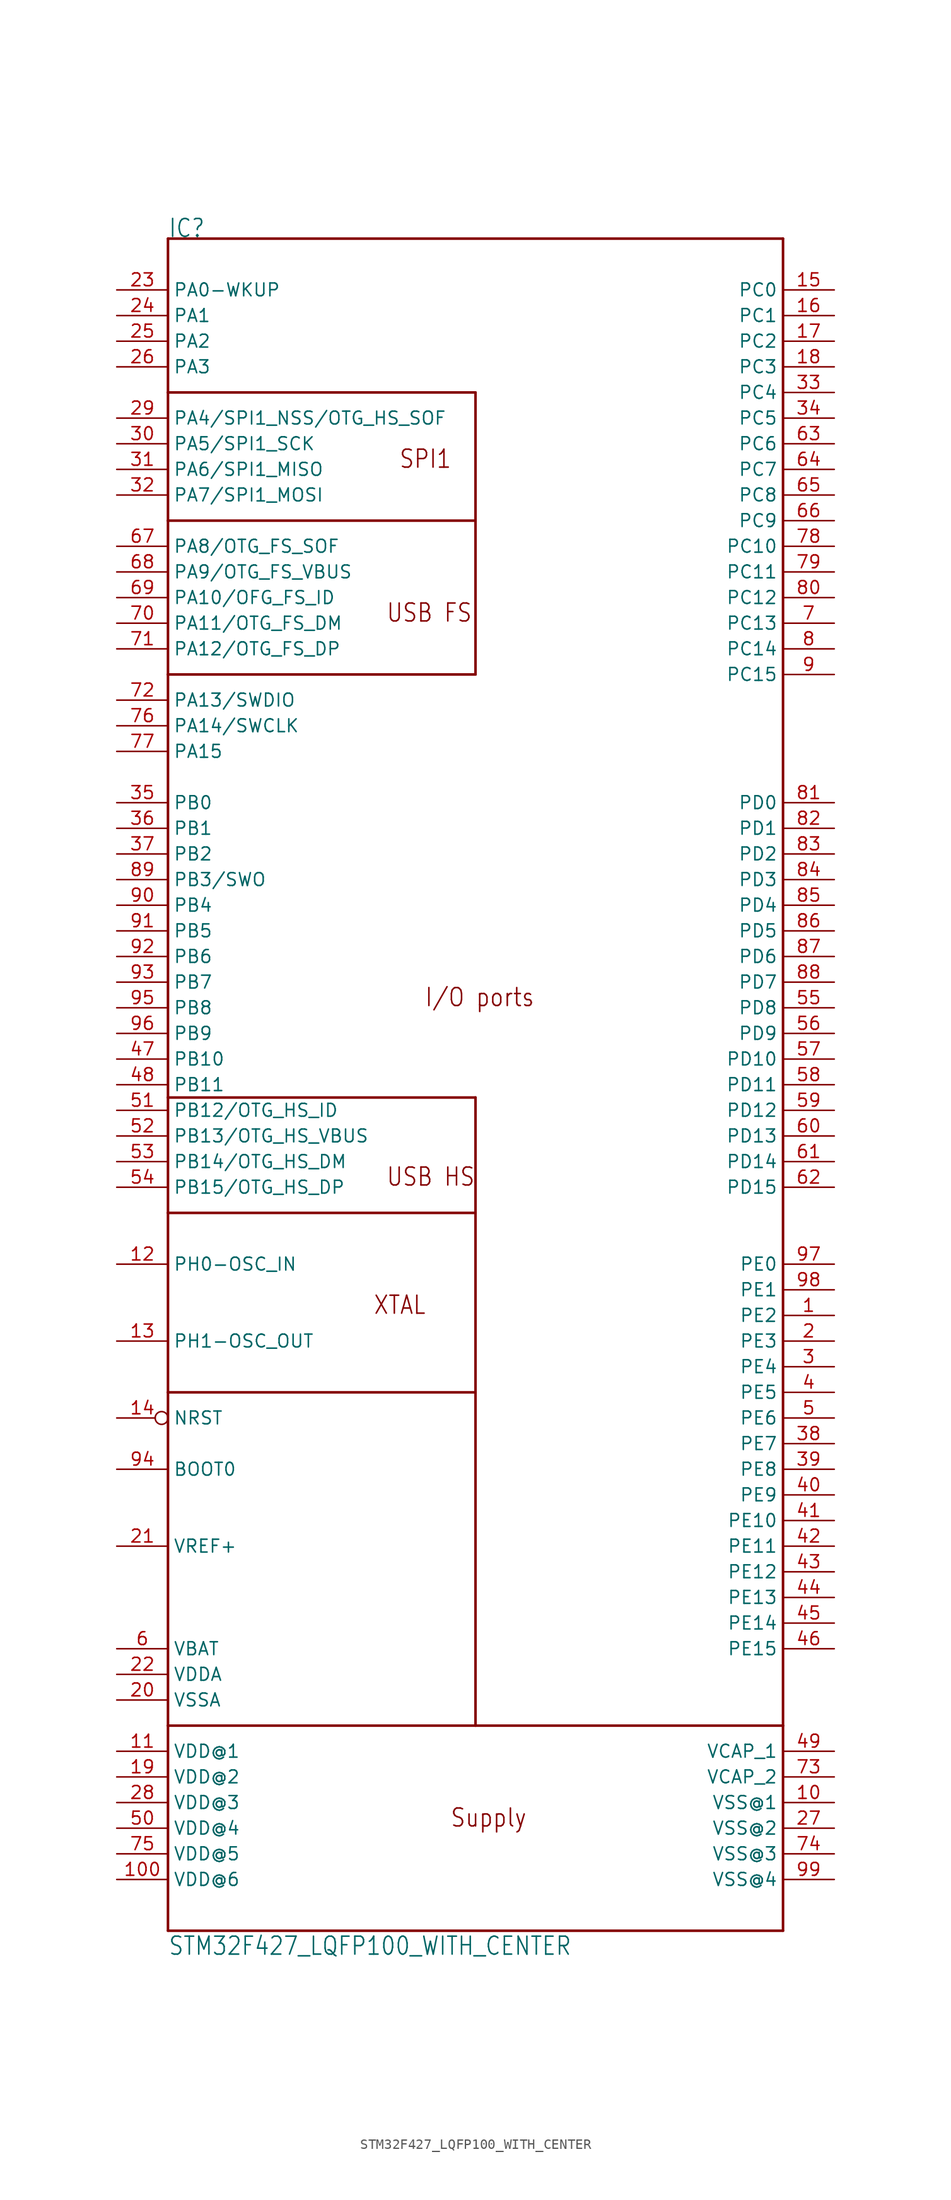
<source format=kicad_sym>
(kicad_symbol_lib
  (version 20201005)
  (generator kicad_symbol_editor)
  (symbol "STM32F427_LQFP100_WITH_CENTER"
    (property "Reference" "IC"
      (at -30.48 88.9 0)
      (effects (font (size 1.778 1.511)) (justify left bottom)))
    (property "Value" "STM32F427_LQFP100_WITH_CENTER"
      (at -30.48 -81.28 0)
      (effects (font (size 1.778 1.511)) (justify left bottom)))
    (property "ki_locked" ""
      (at 0 0 0)
      (effects (font (size 1.27 1.27))))
    (symbol "STM32F427_LQFP100_WITH_CENTER_1_0"
      (text "Supply" (at -2.54 -68.58 0) (effects (font (size 1.778 1.511)) (justify left bottom)))
      (text "XTAL" (at -10.16 -17.78 0) (effects (font (size 1.778 1.511)) (justify left bottom)))
      (text "I/O ports" (at -5.08 12.7 0) (effects (font (size 1.778 1.511)) (justify left bottom)))
      (text "SPI1" (at -7.62 66.04 0) (effects (font (size 1.778 1.511)) (justify left bottom)))
      (text "USB FS" (at -8.89 50.8 0) (effects (font (size 1.778 1.511)) (justify left bottom)))
      (text "USB HS" (at -8.89 -5.08 0) (effects (font (size 1.778 1.511)) (justify left bottom)))
      (polyline (pts (xy -30.48 -78.74) (xy 30.48 -78.74)) (stroke (width 0.254)) (fill (type none)))
      (polyline (pts (xy 30.48 -78.74) (xy 30.48 -58.42)) (stroke (width 0.254)) (fill (type none)))
      (polyline (pts (xy 30.48 -58.42) (xy 30.48 88.9)) (stroke (width 0.254)) (fill (type none)))
      (polyline (pts (xy 30.48 88.9) (xy -30.48 88.9)) (stroke (width 0.254)) (fill (type none)))
      (polyline (pts (xy -30.48 88.9) (xy -30.48 73.66)) (stroke (width 0.254)) (fill (type none)))
      (polyline (pts (xy -30.48 73.66) (xy -30.48 60.96)) (stroke (width 0.254)) (fill (type none)))
      (polyline (pts (xy -30.48 60.96) (xy -30.48 45.72)) (stroke (width 0.254)) (fill (type none)))
      (polyline (pts (xy -30.48 45.72) (xy -30.48 3.81)) (stroke (width 0.254)) (fill (type none)))
      (polyline (pts (xy -30.48 3.81) (xy -30.48 -7.62)) (stroke (width 0.254)) (fill (type none)))
      (polyline (pts (xy -30.48 -7.62) (xy -30.48 -25.4)) (stroke (width 0.254)) (fill (type none)))
      (polyline (pts (xy -30.48 -25.4) (xy -30.48 -58.42)) (stroke (width 0.254)) (fill (type none)))
      (polyline (pts (xy -30.48 -58.42) (xy -30.48 -78.74)) (stroke (width 0.254)) (fill (type none)))
      (polyline (pts (xy -30.48 -58.42) (xy 0 -58.42)) (stroke (width 0.254)) (fill (type none)))
      (polyline (pts (xy 0 -58.42) (xy 30.48 -58.42)) (stroke (width 0.254)) (fill (type none)))
      (polyline (pts (xy -30.48 -7.62) (xy 0 -7.62)) (stroke (width 0.254)) (fill (type none)))
      (polyline (pts (xy 0 -7.62) (xy 0 -25.4)) (stroke (width 0.254)) (fill (type none)))
      (polyline (pts (xy 0 -25.4) (xy 0 -58.42)) (stroke (width 0.254)) (fill (type none)))
      (polyline (pts (xy -30.48 -25.4) (xy 0 -25.4)) (stroke (width 0.254)) (fill (type none)))
      (polyline (pts (xy -30.48 73.66) (xy 0 73.66)) (stroke (width 0.254)) (fill (type none)))
      (polyline (pts (xy 0 73.66) (xy 0 60.96)) (stroke (width 0.254)) (fill (type none)))
      (polyline (pts (xy 0 60.96) (xy -30.48 60.96)) (stroke (width 0.254)) (fill (type none)))
      (polyline (pts (xy -30.48 45.72) (xy 0 45.72)) (stroke (width 0.254)) (fill (type none)))
      (polyline (pts (xy 0 45.72) (xy 0 60.96)) (stroke (width 0.254)) (fill (type none)))
      (polyline (pts (xy -30.48 3.81) (xy 0 3.81)) (stroke (width 0.254)) (fill (type none)))
      (polyline (pts (xy 0 3.81) (xy 0 -7.62)) (stroke (width 0.254)) (fill (type none)))
      (pin bidirectional line (at -35.56 81.28 0) (length 5.08) (name "PA1" (effects (font (size 1.27 1.27)))) (number "24" (effects (font (size 1.27 1.27)))))
      (pin bidirectional line (at -35.56 78.74 0) (length 5.08) (name "PA2" (effects (font (size 1.27 1.27)))) (number "25" (effects (font (size 1.27 1.27)))))
      (pin bidirectional line (at -35.56 76.2 0) (length 5.08) (name "PA3" (effects (font (size 1.27 1.27)))) (number "26" (effects (font (size 1.27 1.27)))))
      (pin bidirectional line (at -35.56 71.12 0) (length 5.08) (name "PA4/SPI1_NSS/OTG_HS_SOF" (effects (font (size 1.27 1.27)))) (number "29" (effects (font (size 1.27 1.27)))))
      (pin bidirectional line (at -35.56 68.58 0) (length 5.08) (name "PA5/SPI1_SCK" (effects (font (size 1.27 1.27)))) (number "30" (effects (font (size 1.27 1.27)))))
      (pin bidirectional line (at -35.56 66.04 0) (length 5.08) (name "PA6/SPI1_MISO" (effects (font (size 1.27 1.27)))) (number "31" (effects (font (size 1.27 1.27)))))
      (pin bidirectional line (at -35.56 63.5 0) (length 5.08) (name "PA7/SPI1_MOSI" (effects (font (size 1.27 1.27)))) (number "32" (effects (font (size 1.27 1.27)))))
      (pin bidirectional line (at -35.56 58.42 0) (length 5.08) (name "PA8/OTG_FS_SOF" (effects (font (size 1.27 1.27)))) (number "67" (effects (font (size 1.27 1.27)))))
      (pin bidirectional line (at -35.56 55.88 0) (length 5.08) (name "PA9/OTG_FS_VBUS" (effects (font (size 1.27 1.27)))) (number "68" (effects (font (size 1.27 1.27)))))
      (pin bidirectional line (at -35.56 53.34 0) (length 5.08) (name "PA10/OFG_FS_ID" (effects (font (size 1.27 1.27)))) (number "69" (effects (font (size 1.27 1.27)))))
      (pin bidirectional line (at -35.56 50.8 0) (length 5.08) (name "PA11/OTG_FS_DM" (effects (font (size 1.27 1.27)))) (number "70" (effects (font (size 1.27 1.27)))))
      (pin bidirectional line (at -35.56 48.26 0) (length 5.08) (name "PA12/OTG_FS_DP" (effects (font (size 1.27 1.27)))) (number "71" (effects (font (size 1.27 1.27)))))
      (pin bidirectional line (at -35.56 43.18 0) (length 5.08) (name "PA13/SWDIO" (effects (font (size 1.27 1.27)))) (number "72" (effects (font (size 1.27 1.27)))))
      (pin bidirectional line (at -35.56 40.64 0) (length 5.08) (name "PA14/SWCLK" (effects (font (size 1.27 1.27)))) (number "76" (effects (font (size 1.27 1.27)))))
      (pin bidirectional line (at -35.56 38.1 0) (length 5.08) (name "PA15" (effects (font (size 1.27 1.27)))) (number "77" (effects (font (size 1.27 1.27)))))
      (pin bidirectional line (at -35.56 30.48 0) (length 5.08) (name "PB1" (effects (font (size 1.27 1.27)))) (number "36" (effects (font (size 1.27 1.27)))))
      (pin bidirectional line (at -35.56 27.94 0) (length 5.08) (name "PB2" (effects (font (size 1.27 1.27)))) (number "37" (effects (font (size 1.27 1.27)))))
      (pin bidirectional line (at -35.56 25.4 0) (length 5.08) (name "PB3/SWO" (effects (font (size 1.27 1.27)))) (number "89" (effects (font (size 1.27 1.27)))))
      (pin bidirectional line (at -35.56 22.86 0) (length 5.08) (name "PB4" (effects (font (size 1.27 1.27)))) (number "90" (effects (font (size 1.27 1.27)))))
      (pin bidirectional line (at -35.56 20.32 0) (length 5.08) (name "PB5" (effects (font (size 1.27 1.27)))) (number "91" (effects (font (size 1.27 1.27)))))
      (pin bidirectional line (at -35.56 17.78 0) (length 5.08) (name "PB6" (effects (font (size 1.27 1.27)))) (number "92" (effects (font (size 1.27 1.27)))))
      (pin bidirectional line (at -35.56 15.24 0) (length 5.08) (name "PB7" (effects (font (size 1.27 1.27)))) (number "93" (effects (font (size 1.27 1.27)))))
      (pin bidirectional line (at -35.56 12.7 0) (length 5.08) (name "PB8" (effects (font (size 1.27 1.27)))) (number "95" (effects (font (size 1.27 1.27)))))
      (pin bidirectional line (at -35.56 10.16 0) (length 5.08) (name "PB9" (effects (font (size 1.27 1.27)))) (number "96" (effects (font (size 1.27 1.27)))))
      (pin bidirectional line (at -35.56 7.62 0) (length 5.08) (name "PB10" (effects (font (size 1.27 1.27)))) (number "47" (effects (font (size 1.27 1.27)))))
      (pin bidirectional line (at -35.56 5.08 0) (length 5.08) (name "PB11" (effects (font (size 1.27 1.27)))) (number "48" (effects (font (size 1.27 1.27)))))
      (pin bidirectional line (at -35.56 2.54 0) (length 5.08) (name "PB12/OTG_HS_ID" (effects (font (size 1.27 1.27)))) (number "51" (effects (font (size 1.27 1.27)))))
      (pin bidirectional line (at -35.56 0 0) (length 5.08) (name "PB13/OTG_HS_VBUS" (effects (font (size 1.27 1.27)))) (number "52" (effects (font (size 1.27 1.27)))))
      (pin bidirectional line (at -35.56 -2.54 0) (length 5.08) (name "PB14/OTG_HS_DM" (effects (font (size 1.27 1.27)))) (number "53" (effects (font (size 1.27 1.27)))))
      (pin bidirectional line (at -35.56 -5.08 0) (length 5.08) (name "PB15/OTG_HS_DP" (effects (font (size 1.27 1.27)))) (number "54" (effects (font (size 1.27 1.27)))))
      (pin bidirectional line (at -35.56 83.82 0) (length 5.08) (name "PA0-WKUP" (effects (font (size 1.27 1.27)))) (number "23" (effects (font (size 1.27 1.27)))))
      (pin bidirectional line (at -35.56 33.02 0) (length 5.08) (name "PB0" (effects (font (size 1.27 1.27)))) (number "35" (effects (font (size 1.27 1.27)))))
      (pin bidirectional line (at 35.56 81.28 180) (length 5.08) (name "PC1" (effects (font (size 1.27 1.27)))) (number "16" (effects (font (size 1.27 1.27)))))
      (pin bidirectional line (at 35.56 78.74 180) (length 5.08) (name "PC2" (effects (font (size 1.27 1.27)))) (number "17" (effects (font (size 1.27 1.27)))))
      (pin bidirectional line (at 35.56 76.2 180) (length 5.08) (name "PC3" (effects (font (size 1.27 1.27)))) (number "18" (effects (font (size 1.27 1.27)))))
      (pin bidirectional line (at 35.56 73.66 180) (length 5.08) (name "PC4" (effects (font (size 1.27 1.27)))) (number "33" (effects (font (size 1.27 1.27)))))
      (pin bidirectional line (at 35.56 71.12 180) (length 5.08) (name "PC5" (effects (font (size 1.27 1.27)))) (number "34" (effects (font (size 1.27 1.27)))))
      (pin bidirectional line (at 35.56 68.58 180) (length 5.08) (name "PC6" (effects (font (size 1.27 1.27)))) (number "63" (effects (font (size 1.27 1.27)))))
      (pin bidirectional line (at 35.56 66.04 180) (length 5.08) (name "PC7" (effects (font (size 1.27 1.27)))) (number "64" (effects (font (size 1.27 1.27)))))
      (pin bidirectional line (at 35.56 63.5 180) (length 5.08) (name "PC8" (effects (font (size 1.27 1.27)))) (number "65" (effects (font (size 1.27 1.27)))))
      (pin bidirectional line (at 35.56 60.96 180) (length 5.08) (name "PC9" (effects (font (size 1.27 1.27)))) (number "66" (effects (font (size 1.27 1.27)))))
      (pin bidirectional line (at 35.56 58.42 180) (length 5.08) (name "PC10" (effects (font (size 1.27 1.27)))) (number "78" (effects (font (size 1.27 1.27)))))
      (pin bidirectional line (at 35.56 55.88 180) (length 5.08) (name "PC11" (effects (font (size 1.27 1.27)))) (number "79" (effects (font (size 1.27 1.27)))))
      (pin bidirectional line (at 35.56 53.34 180) (length 5.08) (name "PC12" (effects (font (size 1.27 1.27)))) (number "80" (effects (font (size 1.27 1.27)))))
      (pin bidirectional line (at 35.56 50.8 180) (length 5.08) (name "PC13" (effects (font (size 1.27 1.27)))) (number "7" (effects (font (size 1.27 1.27)))))
      (pin bidirectional line (at 35.56 48.26 180) (length 5.08) (name "PC14" (effects (font (size 1.27 1.27)))) (number "8" (effects (font (size 1.27 1.27)))))
      (pin bidirectional line (at 35.56 45.72 180) (length 5.08) (name "PC15" (effects (font (size 1.27 1.27)))) (number "9" (effects (font (size 1.27 1.27)))))
      (pin bidirectional line (at 35.56 83.82 180) (length 5.08) (name "PC0" (effects (font (size 1.27 1.27)))) (number "15" (effects (font (size 1.27 1.27)))))
      (pin bidirectional line (at 35.56 30.48 180) (length 5.08) (name "PD1" (effects (font (size 1.27 1.27)))) (number "82" (effects (font (size 1.27 1.27)))))
      (pin bidirectional line (at 35.56 27.94 180) (length 5.08) (name "PD2" (effects (font (size 1.27 1.27)))) (number "83" (effects (font (size 1.27 1.27)))))
      (pin bidirectional line (at 35.56 25.4 180) (length 5.08) (name "PD3" (effects (font (size 1.27 1.27)))) (number "84" (effects (font (size 1.27 1.27)))))
      (pin bidirectional line (at 35.56 22.86 180) (length 5.08) (name "PD4" (effects (font (size 1.27 1.27)))) (number "85" (effects (font (size 1.27 1.27)))))
      (pin bidirectional line (at 35.56 20.32 180) (length 5.08) (name "PD5" (effects (font (size 1.27 1.27)))) (number "86" (effects (font (size 1.27 1.27)))))
      (pin bidirectional line (at 35.56 17.78 180) (length 5.08) (name "PD6" (effects (font (size 1.27 1.27)))) (number "87" (effects (font (size 1.27 1.27)))))
      (pin bidirectional line (at 35.56 15.24 180) (length 5.08) (name "PD7" (effects (font (size 1.27 1.27)))) (number "88" (effects (font (size 1.27 1.27)))))
      (pin bidirectional line (at 35.56 12.7 180) (length 5.08) (name "PD8" (effects (font (size 1.27 1.27)))) (number "55" (effects (font (size 1.27 1.27)))))
      (pin bidirectional line (at 35.56 10.16 180) (length 5.08) (name "PD9" (effects (font (size 1.27 1.27)))) (number "56" (effects (font (size 1.27 1.27)))))
      (pin bidirectional line (at 35.56 7.62 180) (length 5.08) (name "PD10" (effects (font (size 1.27 1.27)))) (number "57" (effects (font (size 1.27 1.27)))))
      (pin bidirectional line (at 35.56 5.08 180) (length 5.08) (name "PD11" (effects (font (size 1.27 1.27)))) (number "58" (effects (font (size 1.27 1.27)))))
      (pin bidirectional line (at 35.56 2.54 180) (length 5.08) (name "PD12" (effects (font (size 1.27 1.27)))) (number "59" (effects (font (size 1.27 1.27)))))
      (pin bidirectional line (at 35.56 0 180) (length 5.08) (name "PD13" (effects (font (size 1.27 1.27)))) (number "60" (effects (font (size 1.27 1.27)))))
      (pin bidirectional line (at 35.56 -2.54 180) (length 5.08) (name "PD14" (effects (font (size 1.27 1.27)))) (number "61" (effects (font (size 1.27 1.27)))))
      (pin bidirectional line (at 35.56 -5.08 180) (length 5.08) (name "PD15" (effects (font (size 1.27 1.27)))) (number "62" (effects (font (size 1.27 1.27)))))
      (pin bidirectional line (at 35.56 33.02 180) (length 5.08) (name "PD0" (effects (font (size 1.27 1.27)))) (number "81" (effects (font (size 1.27 1.27)))))
      (pin bidirectional line (at 35.56 -15.24 180) (length 5.08) (name "PE1" (effects (font (size 1.27 1.27)))) (number "98" (effects (font (size 1.27 1.27)))))
      (pin bidirectional line (at 35.56 -17.78 180) (length 5.08) (name "PE2" (effects (font (size 1.27 1.27)))) (number "1" (effects (font (size 1.27 1.27)))))
      (pin bidirectional line (at 35.56 -20.32 180) (length 5.08) (name "PE3" (effects (font (size 1.27 1.27)))) (number "2" (effects (font (size 1.27 1.27)))))
      (pin bidirectional line (at 35.56 -22.86 180) (length 5.08) (name "PE4" (effects (font (size 1.27 1.27)))) (number "3" (effects (font (size 1.27 1.27)))))
      (pin bidirectional line (at 35.56 -25.4 180) (length 5.08) (name "PE5" (effects (font (size 1.27 1.27)))) (number "4" (effects (font (size 1.27 1.27)))))
      (pin bidirectional line (at 35.56 -27.94 180) (length 5.08) (name "PE6" (effects (font (size 1.27 1.27)))) (number "5" (effects (font (size 1.27 1.27)))))
      (pin bidirectional line (at 35.56 -30.48 180) (length 5.08) (name "PE7" (effects (font (size 1.27 1.27)))) (number "38" (effects (font (size 1.27 1.27)))))
      (pin bidirectional line (at 35.56 -33.02 180) (length 5.08) (name "PE8" (effects (font (size 1.27 1.27)))) (number "39" (effects (font (size 1.27 1.27)))))
      (pin bidirectional line (at 35.56 -35.56 180) (length 5.08) (name "PE9" (effects (font (size 1.27 1.27)))) (number "40" (effects (font (size 1.27 1.27)))))
      (pin bidirectional line (at 35.56 -38.1 180) (length 5.08) (name "PE10" (effects (font (size 1.27 1.27)))) (number "41" (effects (font (size 1.27 1.27)))))
      (pin bidirectional line (at 35.56 -40.64 180) (length 5.08) (name "PE11" (effects (font (size 1.27 1.27)))) (number "42" (effects (font (size 1.27 1.27)))))
      (pin bidirectional line (at 35.56 -43.18 180) (length 5.08) (name "PE12" (effects (font (size 1.27 1.27)))) (number "43" (effects (font (size 1.27 1.27)))))
      (pin bidirectional line (at 35.56 -45.72 180) (length 5.08) (name "PE13" (effects (font (size 1.27 1.27)))) (number "44" (effects (font (size 1.27 1.27)))))
      (pin bidirectional line (at 35.56 -48.26 180) (length 5.08) (name "PE14" (effects (font (size 1.27 1.27)))) (number "45" (effects (font (size 1.27 1.27)))))
      (pin bidirectional line (at 35.56 -50.8 180) (length 5.08) (name "PE15" (effects (font (size 1.27 1.27)))) (number "46" (effects (font (size 1.27 1.27)))))
      (pin bidirectional line (at 35.56 -12.7 180) (length 5.08) (name "PE0" (effects (font (size 1.27 1.27)))) (number "97" (effects (font (size 1.27 1.27)))))
      (pin power_in line (at -35.56 -50.8 0) (length 5.08) (name "VBAT" (effects (font (size 1.27 1.27)))) (number "6" (effects (font (size 1.27 1.27)))))
      (pin power_in line (at 35.56 -66.04 180) (length 5.08) (name "VSS@1" (effects (font (size 1.27 1.27)))) (number "10" (effects (font (size 1.27 1.27)))))
      (pin power_in line (at -35.56 -60.96 0) (length 5.08) (name "VDD@1" (effects (font (size 1.27 1.27)))) (number "11" (effects (font (size 1.27 1.27)))))
      (pin bidirectional inverted (at -35.56 -27.94 0) (length 5.08) (name "NRST" (effects (font (size 1.27 1.27)))) (number "14" (effects (font (size 1.27 1.27)))))
      (pin power_in line (at -35.56 -63.5 0) (length 5.08) (name "VDD@2" (effects (font (size 1.27 1.27)))) (number "19" (effects (font (size 1.27 1.27)))))
      (pin power_in line (at -35.56 -55.88 0) (length 5.08) (name "VSSA" (effects (font (size 1.27 1.27)))) (number "20" (effects (font (size 1.27 1.27)))))
      (pin power_in line (at -35.56 -40.64 0) (length 5.08) (name "VREF+" (effects (font (size 1.27 1.27)))) (number "21" (effects (font (size 1.27 1.27)))))
      (pin power_in line (at -35.56 -53.34 0) (length 5.08) (name "VDDA" (effects (font (size 1.27 1.27)))) (number "22" (effects (font (size 1.27 1.27)))))
      (pin power_in line (at 35.56 -68.58 180) (length 5.08) (name "VSS@2" (effects (font (size 1.27 1.27)))) (number "27" (effects (font (size 1.27 1.27)))))
      (pin power_in line (at -35.56 -66.04 0) (length 5.08) (name "VDD@3" (effects (font (size 1.27 1.27)))) (number "28" (effects (font (size 1.27 1.27)))))
      (pin power_in line (at 35.56 -60.96 180) (length 5.08) (name "VCAP_1" (effects (font (size 1.27 1.27)))) (number "49" (effects (font (size 1.27 1.27)))))
      (pin power_in line (at -35.56 -68.58 0) (length 5.08) (name "VDD@4" (effects (font (size 1.27 1.27)))) (number "50" (effects (font (size 1.27 1.27)))))
      (pin power_in line (at 35.56 -63.5 180) (length 5.08) (name "VCAP_2" (effects (font (size 1.27 1.27)))) (number "73" (effects (font (size 1.27 1.27)))))
      (pin power_in line (at 35.56 -71.12 180) (length 5.08) (name "VSS@3" (effects (font (size 1.27 1.27)))) (number "74" (effects (font (size 1.27 1.27)))))
      (pin power_in line (at -35.56 -71.12 0) (length 5.08) (name "VDD@5" (effects (font (size 1.27 1.27)))) (number "75" (effects (font (size 1.27 1.27)))))
      (pin input line (at -35.56 -33.02 0) (length 5.08) (name "BOOT0" (effects (font (size 1.27 1.27)))) (number "94" (effects (font (size 1.27 1.27)))))
      (pin power_in line (at 35.56 -73.66 180) (length 5.08) (name "VSS@4" (effects (font (size 1.27 1.27)))) (number "99" (effects (font (size 1.27 1.27)))))
      (pin power_in line (at -35.56 -73.66 0) (length 5.08) (name "VDD@6" (effects (font (size 1.27 1.27)))) (number "100" (effects (font (size 1.27 1.27)))))
      (pin input line (at -35.56 -12.7 0) (length 5.08) (name "PH0-OSC_IN" (effects (font (size 1.27 1.27)))) (number "12" (effects (font (size 1.27 1.27)))))
      (pin output line (at -35.56 -20.32 0) (length 5.08) (name "PH1-OSC_OUT" (effects (font (size 1.27 1.27)))) (number "13" (effects (font (size 1.27 1.27))))))))
</source>
